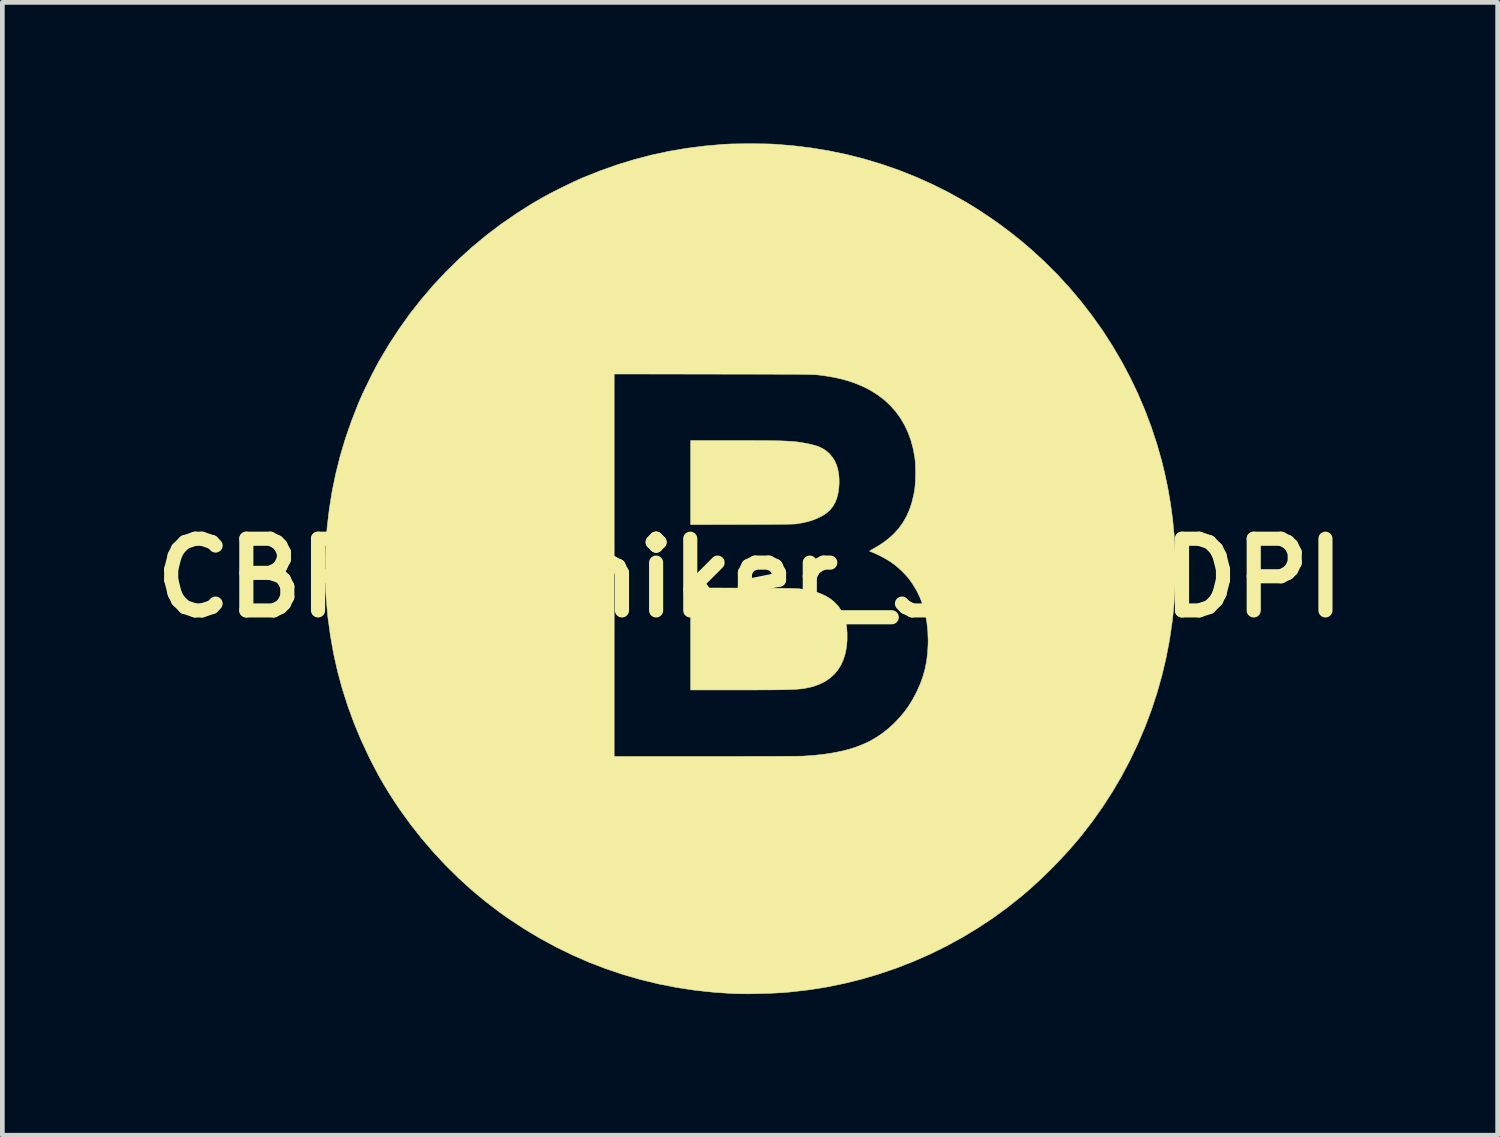
<source format=kicad_pcb>
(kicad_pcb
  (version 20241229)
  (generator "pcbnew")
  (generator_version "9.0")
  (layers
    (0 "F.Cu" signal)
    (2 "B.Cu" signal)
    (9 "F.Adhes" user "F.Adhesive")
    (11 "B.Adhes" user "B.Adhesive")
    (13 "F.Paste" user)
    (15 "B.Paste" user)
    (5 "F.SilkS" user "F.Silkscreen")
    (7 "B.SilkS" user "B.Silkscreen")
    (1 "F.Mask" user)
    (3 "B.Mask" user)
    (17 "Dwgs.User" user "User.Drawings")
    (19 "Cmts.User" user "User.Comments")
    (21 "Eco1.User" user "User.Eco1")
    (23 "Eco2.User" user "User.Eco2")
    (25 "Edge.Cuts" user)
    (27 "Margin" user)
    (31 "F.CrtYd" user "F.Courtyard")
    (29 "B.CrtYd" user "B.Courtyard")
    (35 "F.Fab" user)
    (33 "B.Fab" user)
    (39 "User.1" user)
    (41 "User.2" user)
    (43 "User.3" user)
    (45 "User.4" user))
  (footprint "CBP_Moniker_3000DPI"
    (layer "F.Cu")
    (at 12.889 9.233)
    (property "Reference" "CBP_Moniker_3000DPI" (at 0 0 0) (layer "F.SilkS") (effects (font (size 1.524 1.524) (thickness 0.3))))
    (attr through_hole)
    (fp_poly (pts (xy -0.332 -2.921) (xy -0.161 -2.921) (xy -0.005 -2.921) (xy 0.135 -2.92) (xy 0.262 -2.919) (xy 0.376 -2.919) (xy 0.479 -2.917) (xy 0.571 -2.916) (xy 0.654 -2.914) (xy 0.728 -2.911) (xy 0.795 -2.908) (xy 0.855 -2.905) (xy 0.911 -2.9) (xy 0.962 -2.896) (xy 1.01 -2.89) (xy 1.056 -2.884) (xy 1.101 -2.877) (xy 1.146 -2.869) (xy 1.192 -2.861) (xy 1.211 -2.857) (xy 1.315 -2.834) (xy 1.405 -2.809) (xy 1.483 -2.78) (xy 1.551 -2.746) (xy 1.612 -2.706) (xy 1.667 -2.66) (xy 1.686 -2.642) (xy 1.748 -2.57) (xy 1.799 -2.49) (xy 1.839 -2.401) (xy 1.868 -2.301) (xy 1.886 -2.19) (xy 1.893 -2.108) (xy 1.894 -2.005) (xy 1.886 -1.901) (xy 1.87 -1.8) (xy 1.847 -1.706) (xy 1.816 -1.623) (xy 1.808 -1.605) (xy 1.761 -1.523) (xy 1.704 -1.451) (xy 1.635 -1.388) (xy 1.552 -1.331) (xy 1.477 -1.291) (xy 1.397 -1.255) (xy 1.316 -1.224) (xy 1.229 -1.198) (xy 1.134 -1.176) (xy 1.027 -1.157) (xy 0.986 -1.15) (xy 0.97 -1.149) (xy 0.943 -1.147) (xy 0.904 -1.146) (xy 0.854 -1.144) (xy 0.792 -1.143) (xy 0.717 -1.142) (xy 0.628 -1.141) (xy 0.526 -1.14) (xy 0.409 -1.139) (xy 0.278 -1.139) (xy 0.131 -1.138) (xy -0.032 -1.137) (xy -0.171 -1.137) (xy -1.262 -1.134) (xy -1.262 -2.921) (xy -0.332 -2.921)) (stroke (width 0.01) (type solid)) (fill yes) (layer "F.SilkS"))
    (fp_poly (pts (xy -0.15 0.214) (xy 0.013 0.215) (xy 0.161 0.215) (xy 0.294 0.216) (xy 0.413 0.216) (xy 0.518 0.217) (xy 0.612 0.218) (xy 0.695 0.219) (xy 0.768 0.22) (xy 0.831 0.221) (xy 0.887 0.222) (xy 0.935 0.224) (xy 0.978 0.226) (xy 1.015 0.228) (xy 1.048 0.23) (xy 1.078 0.233) (xy 1.106 0.237) (xy 1.133 0.24) (xy 1.159 0.244) (xy 1.187 0.249) (xy 1.215 0.254) (xy 1.358 0.286) (xy 1.488 0.328) (xy 1.605 0.381) (xy 1.709 0.444) (xy 1.799 0.518) (xy 1.876 0.602) (xy 1.912 0.651) (xy 1.964 0.74) (xy 2.005 0.834) (xy 2.035 0.936) (xy 2.054 1.046) (xy 2.063 1.164) (xy 2.063 1.322) (xy 2.05 1.469) (xy 2.024 1.605) (xy 1.985 1.731) (xy 1.934 1.846) (xy 1.87 1.949) (xy 1.793 2.042) (xy 1.704 2.123) (xy 1.603 2.193) (xy 1.489 2.251) (xy 1.364 2.298) (xy 1.3 2.316) (xy 1.265 2.324) (xy 1.231 2.332) (xy 1.197 2.339) (xy 1.162 2.345) (xy 1.125 2.351) (xy 1.085 2.356) (xy 1.04 2.36) (xy 0.991 2.364) (xy 0.936 2.367) (xy 0.874 2.37) (xy 0.804 2.372) (xy 0.725 2.374) (xy 0.636 2.376) (xy 0.537 2.377) (xy 0.426 2.378) (xy 0.302 2.378) (xy 0.165 2.379) (xy 0.013 2.379) (xy -0.155 2.379) (xy -0.235 2.379) (xy -1.262 2.379) (xy -1.262 0.211) (xy -0.15 0.214)) (stroke (width 0.01) (type solid)) (fill yes) (layer "F.SilkS"))
    (fp_poly (pts (xy 0.116 -9.228) (xy 0.212 -9.227) (xy 0.302 -9.226) (xy 0.384 -9.224) (xy 0.453 -9.222) (xy 0.5 -9.22) (xy 0.895 -9.189) (xy 1.285 -9.142) (xy 1.671 -9.079) (xy 2.053 -9) (xy 2.429 -8.904) (xy 2.801 -8.792) (xy 3.167 -8.665) (xy 3.528 -8.521) (xy 3.883 -8.362) (xy 4.232 -8.187) (xy 4.574 -7.996) (xy 4.648 -7.952) (xy 4.874 -7.811) (xy 5.104 -7.658) (xy 5.333 -7.496) (xy 5.558 -7.326) (xy 5.775 -7.152) (xy 5.957 -6.997) (xy 6.245 -6.735) (xy 6.52 -6.461) (xy 6.782 -6.176) (xy 7.032 -5.88) (xy 7.268 -5.575) (xy 7.491 -5.261) (xy 7.7 -4.937) (xy 7.895 -4.605) (xy 8.076 -4.265) (xy 8.242 -3.918) (xy 8.393 -3.564) (xy 8.529 -3.203) (xy 8.65 -2.836) (xy 8.755 -2.464) (xy 8.809 -2.239) (xy 8.878 -1.915) (xy 8.934 -1.59) (xy 8.979 -1.262) (xy 9.012 -0.926) (xy 9.025 -0.741) (xy 9.027 -0.704) (xy 9.029 -0.653) (xy 9.03 -0.589) (xy 9.032 -0.516) (xy 9.033 -0.436) (xy 9.033 -0.351) (xy 9.034 -0.264) (xy 9.034 -0.199) (xy 9.034 -0.054) (xy 9.032 0.077) (xy 9.03 0.197) (xy 9.026 0.308) (xy 9.02 0.415) (xy 9.013 0.519) (xy 9.005 0.623) (xy 8.994 0.732) (xy 8.981 0.846) (xy 8.97 0.94) (xy 8.914 1.321) (xy 8.841 1.7) (xy 8.753 2.074) (xy 8.648 2.445) (xy 8.528 2.81) (xy 8.392 3.17) (xy 8.241 3.524) (xy 8.076 3.871) (xy 7.896 4.211) (xy 7.701 4.543) (xy 7.492 4.866) (xy 7.27 5.18) (xy 7.034 5.484) (xy 6.969 5.563) (xy 6.787 5.774) (xy 6.592 5.986) (xy 6.388 6.196) (xy 6.179 6.399) (xy 5.966 6.594) (xy 5.766 6.766) (xy 5.464 7.006) (xy 5.153 7.232) (xy 4.832 7.444) (xy 4.503 7.642) (xy 4.166 7.826) (xy 3.821 7.996) (xy 3.469 8.15) (xy 3.111 8.29) (xy 2.747 8.414) (xy 2.378 8.523) (xy 2.005 8.616) (xy 1.628 8.693) (xy 1.247 8.753) (xy 0.864 8.797) (xy 0.826 8.801) (xy 0.699 8.811) (xy 0.562 8.819) (xy 0.418 8.826) (xy 0.271 8.831) (xy 0.123 8.835) (xy -0.021 8.837) (xy -0.157 8.836) (xy -0.284 8.834) (xy -0.374 8.831) (xy -0.773 8.804) (xy -1.166 8.762) (xy -1.555 8.703) (xy -1.938 8.628) (xy -2.316 8.537) (xy -2.689 8.43) (xy -3.055 8.307) (xy -3.416 8.169) (xy -3.771 8.014) (xy -4.12 7.844) (xy -4.462 7.659) (xy -4.798 7.458) (xy -5.127 7.241) (xy -5.332 7.096) (xy -5.629 6.869) (xy -5.918 6.628) (xy -6.198 6.373) (xy -6.468 6.107) (xy -6.727 5.828) (xy -6.975 5.54) (xy -7.21 5.242) (xy -7.431 4.937) (xy -7.522 4.802) (xy -7.617 4.657) (xy -7.703 4.521) (xy -7.783 4.388) (xy -7.859 4.257) (xy -7.933 4.121) (xy -8.009 3.978) (xy -8.087 3.824) (xy -8.098 3.802) (xy -8.102 3.793) (xy -2.887 3.793) (xy -0.938 3.793) (xy -0.712 3.793) (xy -0.498 3.793) (xy -0.294 3.793) (xy -0.102 3.792) (xy 0.078 3.792) (xy 0.246 3.792) (xy 0.401 3.791) (xy 0.543 3.791) (xy 0.672 3.79) (xy 0.786 3.789) (xy 0.886 3.789) (xy 0.971 3.788) (xy 1.041 3.787) (xy 1.095 3.786) (xy 1.133 3.785) (xy 1.151 3.784) (xy 1.373 3.768) (xy 1.579 3.745) (xy 1.771 3.715) (xy 1.951 3.679) (xy 2.119 3.636) (xy 2.276 3.584) (xy 2.424 3.525) (xy 2.563 3.458) (xy 2.695 3.381) (xy 2.82 3.295) (xy 2.94 3.2) (xy 3.056 3.094) (xy 3.111 3.038) (xy 3.21 2.931) (xy 3.298 2.823) (xy 3.377 2.711) (xy 3.452 2.59) (xy 3.523 2.457) (xy 3.543 2.417) (xy 3.616 2.256) (xy 3.674 2.095) (xy 3.72 1.932) (xy 3.753 1.763) (xy 3.774 1.588) (xy 3.784 1.402) (xy 3.785 1.33) (xy 3.778 1.127) (xy 3.757 0.935) (xy 3.722 0.751) (xy 3.674 0.577) (xy 3.611 0.413) (xy 3.535 0.257) (xy 3.444 0.109) (xy 3.374 0.013) (xy 3.335 -0.033) (xy 3.286 -0.086) (xy 3.232 -0.141) (xy 3.175 -0.195) (xy 3.119 -0.244) (xy 3.069 -0.285) (xy 3.068 -0.286) (xy 2.973 -0.352) (xy 2.867 -0.417) (xy 2.755 -0.476) (xy 2.644 -0.528) (xy 2.61 -0.542) (xy 2.579 -0.554) (xy 2.555 -0.565) (xy 2.542 -0.571) (xy 2.54 -0.572) (xy 2.547 -0.577) (xy 2.566 -0.588) (xy 2.593 -0.604) (xy 2.618 -0.619) (xy 2.737 -0.689) (xy 2.842 -0.759) (xy 2.937 -0.831) (xy 3.024 -0.908) (xy 3.065 -0.948) (xy 3.164 -1.058) (xy 3.25 -1.178) (xy 3.325 -1.307) (xy 3.387 -1.447) (xy 3.438 -1.598) (xy 3.478 -1.762) (xy 3.498 -1.874) (xy 3.506 -1.939) (xy 3.512 -2.018) (xy 3.516 -2.105) (xy 3.518 -2.197) (xy 3.518 -2.29) (xy 3.516 -2.38) (xy 3.512 -2.462) (xy 3.505 -2.534) (xy 3.502 -2.557) (xy 3.468 -2.745) (xy 3.42 -2.924) (xy 3.358 -3.093) (xy 3.283 -3.253) (xy 3.195 -3.402) (xy 3.093 -3.541) (xy 2.978 -3.669) (xy 2.851 -3.787) (xy 2.711 -3.893) (xy 2.559 -3.988) (xy 2.481 -4.03) (xy 2.352 -4.09) (xy 2.222 -4.143) (xy 2.086 -4.189) (xy 1.943 -4.229) (xy 1.79 -4.263) (xy 1.625 -4.291) (xy 1.448 -4.315) (xy 1.434 -4.317) (xy 1.418 -4.318) (xy 1.401 -4.32) (xy 1.381 -4.321) (xy 1.358 -4.322) (xy 1.331 -4.323) (xy 1.299 -4.324) (xy 1.262 -4.325) (xy 1.219 -4.326) (xy 1.17 -4.327) (xy 1.113 -4.327) (xy 1.049 -4.328) (xy 0.976 -4.329) (xy 0.894 -4.329) (xy 0.802 -4.329) (xy 0.699 -4.33) (xy 0.586 -4.33) (xy 0.46 -4.331) (xy 0.323 -4.331) (xy 0.172 -4.331) (xy 0.008 -4.332) (xy -0.171 -4.332) (xy -0.365 -4.332) (xy -0.575 -4.332) (xy -0.781 -4.333) (xy -2.887 -4.335) (xy -2.887 3.793) (xy -8.102 3.793) (xy -8.263 3.448) (xy -8.413 3.09) (xy -8.546 2.726) (xy -8.664 2.358) (xy -8.765 1.984) (xy -8.85 1.606) (xy -8.918 1.222) (xy -8.971 0.834) (xy -9.007 0.44) (xy -9.017 0.297) (xy -9.019 0.239) (xy -9.021 0.167) (xy -9.023 0.084) (xy -9.024 -0.007) (xy -9.025 -0.104) (xy -9.025 -0.203) (xy -9.025 -0.302) (xy -9.024 -0.398) (xy -9.023 -0.488) (xy -9.021 -0.57) (xy -9.019 -0.639) (xy -9.017 -0.686) (xy -8.987 -1.079) (xy -8.941 -1.465) (xy -8.88 -1.847) (xy -8.802 -2.223) (xy -8.709 -2.595) (xy -8.599 -2.963) (xy -8.472 -3.329) (xy -8.33 -3.693) (xy -8.302 -3.759) (xy -8.268 -3.837) (xy -8.227 -3.927) (xy -8.181 -4.025) (xy -8.131 -4.127) (xy -8.08 -4.232) (xy -8.028 -4.335) (xy -7.978 -4.433) (xy -7.93 -4.522) (xy -7.888 -4.601) (xy -7.878 -4.619) (xy -7.676 -4.958) (xy -7.461 -5.287) (xy -7.234 -5.606) (xy -6.993 -5.913) (xy -6.74 -6.21) (xy -6.474 -6.495) (xy -6.197 -6.768) (xy -5.908 -7.03) (xy -5.608 -7.279) (xy -5.296 -7.515) (xy -4.974 -7.738) (xy -4.642 -7.949) (xy -4.415 -8.081) (xy -4.34 -8.122) (xy -4.253 -8.169) (xy -4.157 -8.218) (xy -4.055 -8.27) (xy -3.951 -8.321) (xy -3.847 -8.371) (xy -3.748 -8.419) (xy -3.656 -8.461) (xy -3.575 -8.497) (xy -3.556 -8.505) (xy -3.194 -8.65) (xy -2.831 -8.779) (xy -2.465 -8.891) (xy -2.097 -8.988) (xy -1.724 -9.068) (xy -1.347 -9.132) (xy -0.963 -9.181) (xy -0.574 -9.215) (xy -0.483 -9.22) (xy -0.425 -9.223) (xy -0.353 -9.225) (xy -0.27 -9.226) (xy -0.179 -9.227) (xy -0.083 -9.228) (xy 0.017 -9.228) (xy 0.116 -9.228)) (stroke (width 0.01) (type solid)) (fill yes) (layer "F.SilkS")))
  (gr_rect
    (start -3 -3)
    (end 28.777 21.075)
    (stroke (width 0.1) (type default))
    (fill no)
    (layer "Edge.Cuts")))
</source>
